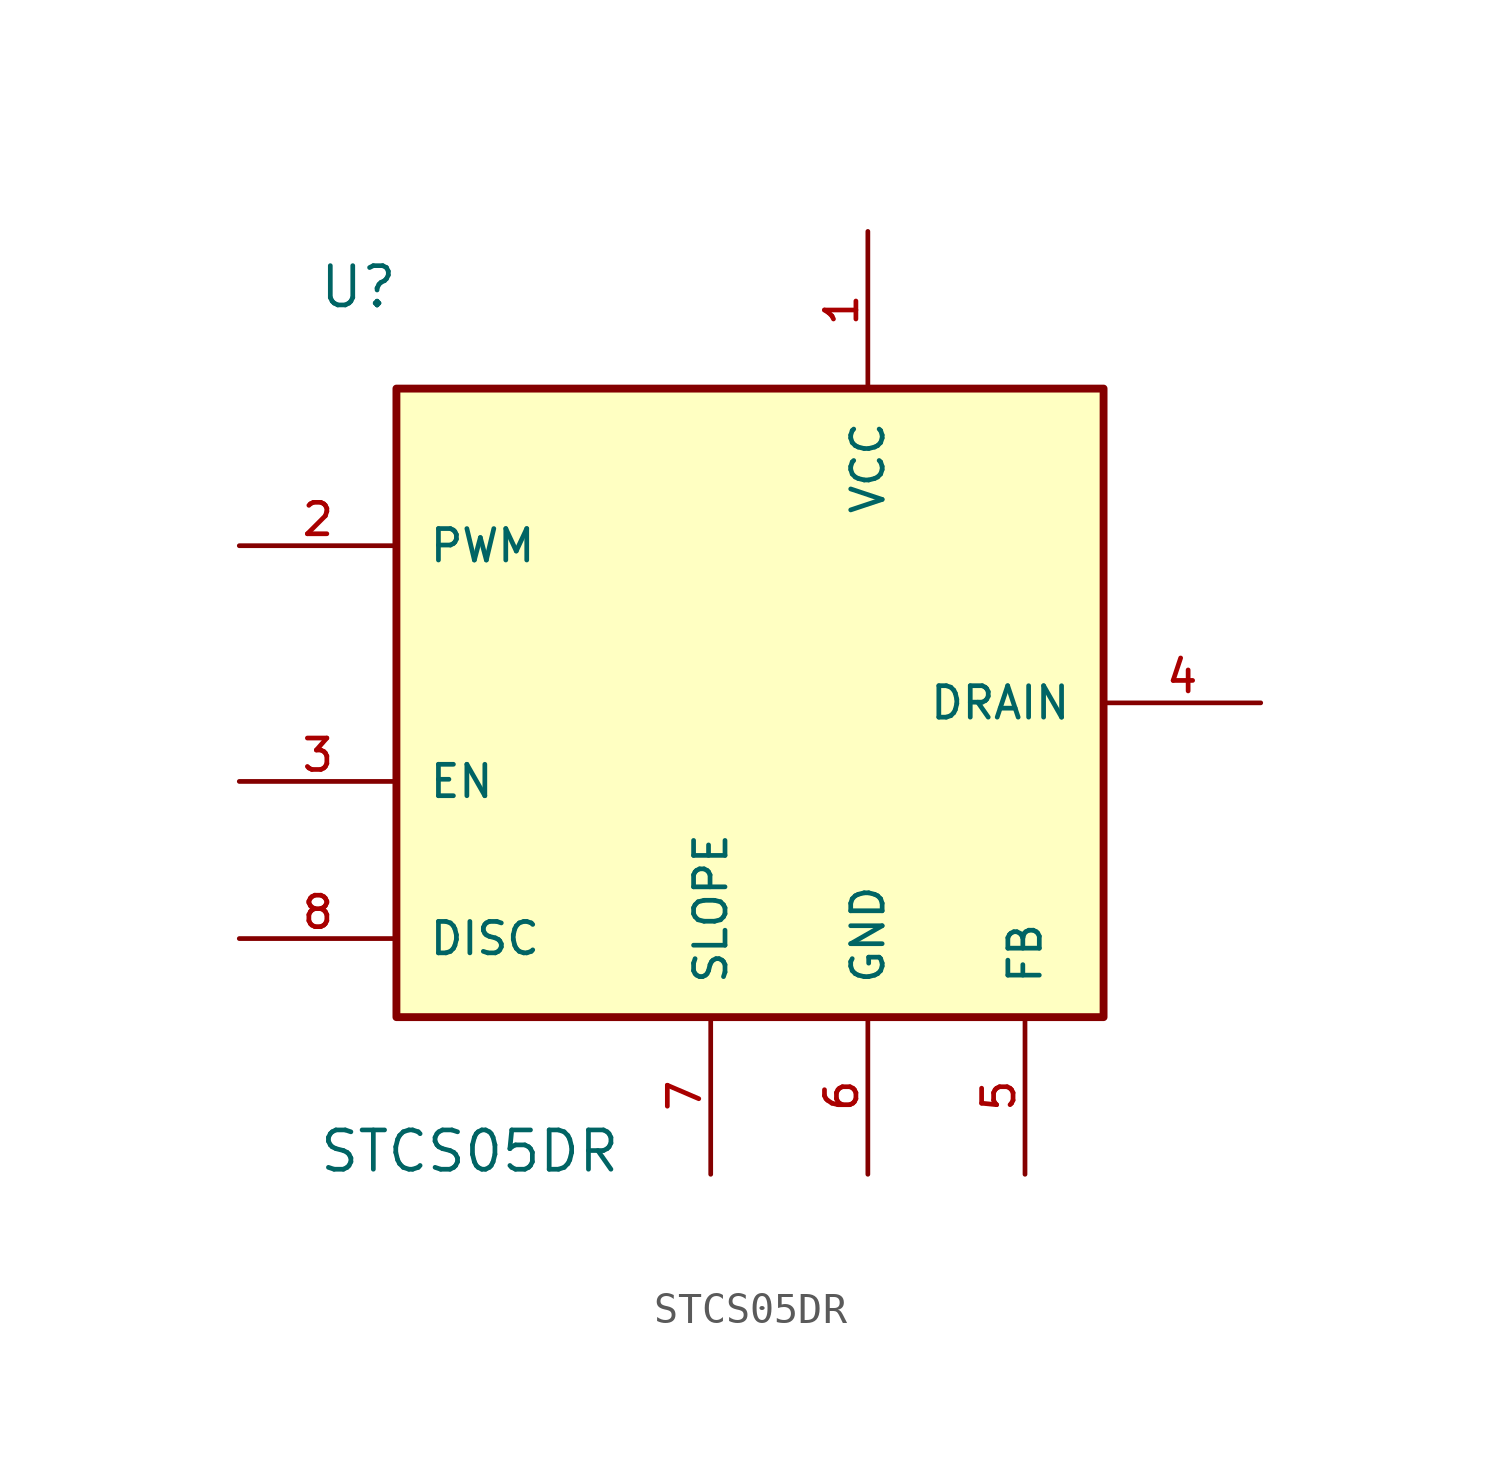
<source format=kicad_sym>
(kicad_symbol_lib
  (version 20220914)
  (generator kicad_symbol_editor)
  (symbol "STCS05DR"
    (pin_names
      (offset 1.016))
    (property "Reference" "U"
      (at -20.32 17.78 0)
      (effects (font (size 1.27 1.27)) (justify left bottom)))
    (property "Value" "STCS05DR"
      (at -20.32 -10.16 0)
      (effects (font (size 1.27 1.27)) (justify left bottom)))
    (symbol "STCS05DR_0_0"
      (rectangle (start -17.78 15.24) (end 5.08 -5.08) (stroke (width 0.254) (type default)) (fill (type background)))
      (pin bidirectional line (at -2.54 20.32 270) (length 5.08) (name "VCC" (effects (font (size 1.016 1.016)))) (number "1" (effects (font (size 1.016 1.016)))))
      (pin bidirectional line (at -22.86 10.16 0) (length 5.08) (name "PWM" (effects (font (size 1.016 1.016)))) (number "2" (effects (font (size 1.016 1.016)))))
      (pin bidirectional line (at -22.86 2.54 0) (length 5.08) (name "EN" (effects (font (size 1.016 1.016)))) (number "3" (effects (font (size 1.016 1.016)))))
      (pin bidirectional line (at 10.16 5.08 180) (length 5.08) (name "DRAIN" (effects (font (size 1.016 1.016)))) (number "4" (effects (font (size 1.016 1.016)))))
      (pin bidirectional line (at 2.54 -10.16 90) (length 5.08) (name "FB" (effects (font (size 1.016 1.016)))) (number "5" (effects (font (size 1.016 1.016)))))
      (pin bidirectional line (at -2.54 -10.16 90) (length 5.08) (name "GND" (effects (font (size 1.016 1.016)))) (number "6" (effects (font (size 1.016 1.016)))))
      (pin bidirectional line (at -7.62 -10.16 90) (length 5.08) (name "SLOPE" (effects (font (size 1.016 1.016)))) (number "7" (effects (font (size 1.016 1.016)))))
      (pin bidirectional line (at -22.86 -2.54 0) (length 5.08) (name "DISC" (effects (font (size 1.016 1.016)))) (number "8" (effects (font (size 1.016 1.016))))))))
</source>
